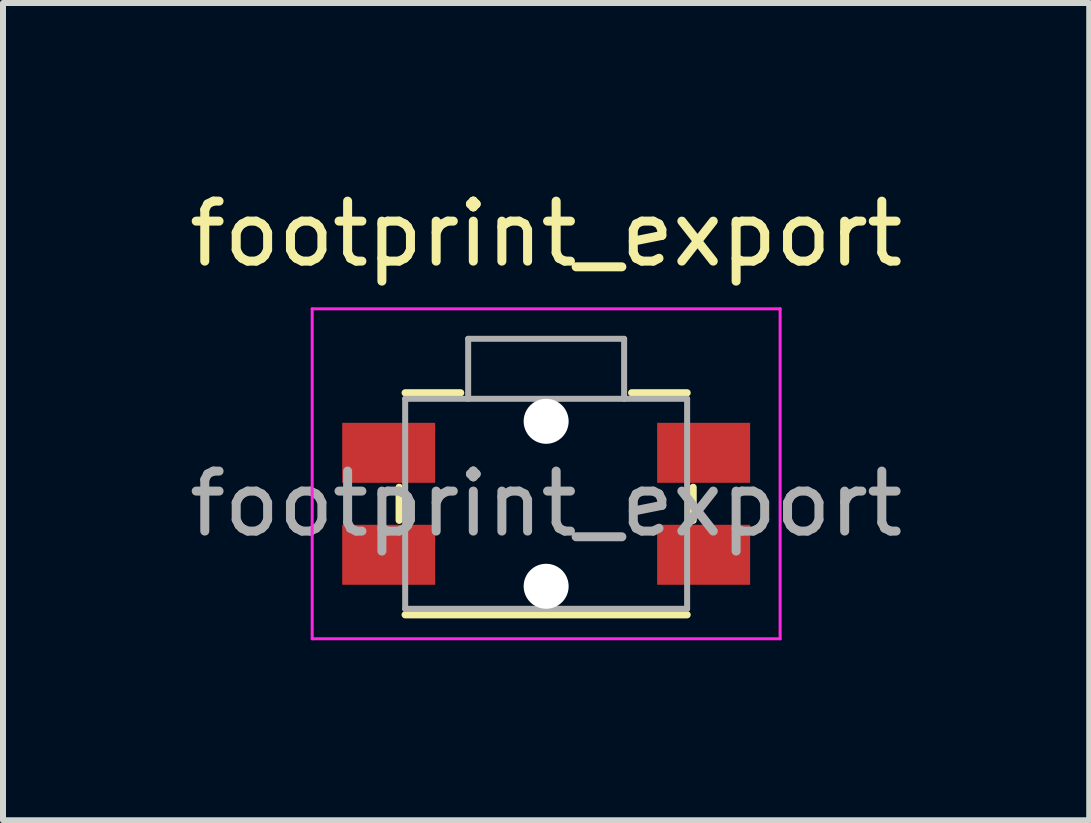
<source format=kicad_pcb>
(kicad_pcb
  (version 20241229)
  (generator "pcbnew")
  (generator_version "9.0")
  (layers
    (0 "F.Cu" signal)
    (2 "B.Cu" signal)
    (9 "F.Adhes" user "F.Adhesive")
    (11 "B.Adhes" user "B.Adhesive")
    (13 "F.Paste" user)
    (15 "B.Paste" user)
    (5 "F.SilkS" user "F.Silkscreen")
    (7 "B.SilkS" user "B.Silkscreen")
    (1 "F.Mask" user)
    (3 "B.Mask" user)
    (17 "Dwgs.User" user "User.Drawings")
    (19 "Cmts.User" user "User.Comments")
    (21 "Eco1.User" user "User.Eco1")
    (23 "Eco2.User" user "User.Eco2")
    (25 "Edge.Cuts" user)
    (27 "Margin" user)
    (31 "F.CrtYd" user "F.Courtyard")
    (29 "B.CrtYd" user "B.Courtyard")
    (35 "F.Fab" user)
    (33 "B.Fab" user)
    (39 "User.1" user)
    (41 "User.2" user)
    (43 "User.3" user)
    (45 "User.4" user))
  (footprint "footprint_export"
    (layer "F.Cu")
    (at 6.054 5.348)
    (property "Reference" "footprint_export" (at 0 -4.5 0) (layer "F.SilkS") (effects (font (size 1 1) (thickness 0.15))))
    (attr smd)
    (fp_line (start -2.45 0.275) (end -2.45 -0.275) (stroke (width 0.12) (type solid)) (layer "F.SilkS"))
    (fp_line (start -1.425 -1.85) (end -2.35 -1.85) (stroke (width 0.12) (type solid)) (layer "F.SilkS"))
    (fp_line (start 2.35 -1.85) (end 1.425 -1.85) (stroke (width 0.12) (type solid)) (layer "F.SilkS"))
    (fp_line (start 2.35 1.85) (end -2.35 1.85) (stroke (width 0.12) (type solid)) (layer "F.SilkS"))
    (fp_line (start 2.45 0.275) (end 2.45 -0.275) (stroke (width 0.12) (type solid)) (layer "F.SilkS"))
    (fp_line (start -3.9 2.25) (end -3.9 -3.25) (stroke (width 0.05) (type solid)) (layer "F.CrtYd"))
    (fp_line (start 3.9 -3.25) (end -3.9 -3.25) (stroke (width 0.05) (type solid)) (layer "F.CrtYd"))
    (fp_line (start 3.9 2.25) (end -3.9 2.25) (stroke (width 0.05) (type solid)) (layer "F.CrtYd"))
    (fp_line (start 3.9 2.25) (end 3.9 -3.25) (stroke (width 0.05) (type solid)) (layer "F.CrtYd"))
    (fp_line (start -2.35 1.75) (end -2.35 -1.75) (stroke (width 0.1) (type solid)) (layer "F.Fab"))
    (fp_line (start -1.3 -2.75) (end -1.3 -1.75) (stroke (width 0.1) (type solid)) (layer "F.Fab"))
    (fp_line (start 1.3 -2.75) (end -1.3 -2.75) (stroke (width 0.1) (type solid)) (layer "F.Fab"))
    (fp_line (start 1.3 -2.75) (end 1.3 -1.75) (stroke (width 0.1) (type solid)) (layer "F.Fab"))
    (fp_line (start 2.35 -1.75) (end -2.35 -1.75) (stroke (width 0.1) (type solid)) (layer "F.Fab"))
    (fp_line (start 2.35 1.75) (end -2.35 1.75) (stroke (width 0.1) (type solid)) (layer "F.Fab"))
    (fp_line (start 2.35 1.75) (end 2.35 -1.75) (stroke (width 0.1) (type solid)) (layer "F.Fab"))
    (fp_text user "${REFERENCE}" (at 0 0 0) (layer "F.Fab") (effects (font (size 1 1) (thickness 0.15))))
    (pad "" np_thru_hole circle (at 0 -1.375 180) (size 0.75 0.75) (drill 0.75) (layers "*.Cu" "*.Mask"))
    (pad "" np_thru_hole circle (at 0 1.375 180) (size 0.75 0.75) (drill 0.75) (layers "*.Cu" "*.Mask"))
    (pad "1" smd rect (at -2.625 -0.85 180) (size 1.55 1) (layers "F.Cu" "F.Mask" "F.Paste"))
    (pad "1" smd rect (at 2.625 -0.85 180) (size 1.55 1) (layers "F.Cu" "F.Mask" "F.Paste"))
    (pad "2" smd rect (at -2.625 0.85 180) (size 1.55 1) (layers "F.Cu" "F.Mask" "F.Paste"))
    (pad "2" smd rect (at 2.625 0.85 180) (size 1.55 1) (layers "F.Cu" "F.Mask" "F.Paste")))
  (gr_rect
    (start -3 -3)
    (end 15.107 10.623)
    (stroke (width 0.1) (type default))
    (fill no)
    (layer "Edge.Cuts")))
</source>
